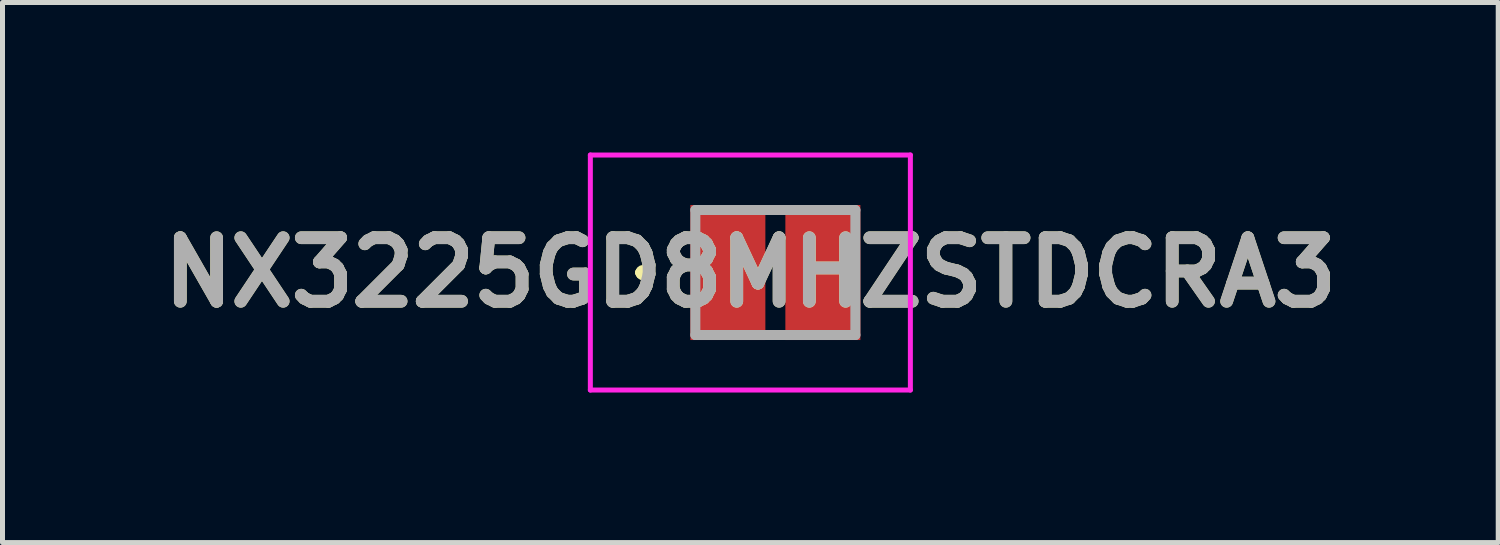
<source format=kicad_pcb>
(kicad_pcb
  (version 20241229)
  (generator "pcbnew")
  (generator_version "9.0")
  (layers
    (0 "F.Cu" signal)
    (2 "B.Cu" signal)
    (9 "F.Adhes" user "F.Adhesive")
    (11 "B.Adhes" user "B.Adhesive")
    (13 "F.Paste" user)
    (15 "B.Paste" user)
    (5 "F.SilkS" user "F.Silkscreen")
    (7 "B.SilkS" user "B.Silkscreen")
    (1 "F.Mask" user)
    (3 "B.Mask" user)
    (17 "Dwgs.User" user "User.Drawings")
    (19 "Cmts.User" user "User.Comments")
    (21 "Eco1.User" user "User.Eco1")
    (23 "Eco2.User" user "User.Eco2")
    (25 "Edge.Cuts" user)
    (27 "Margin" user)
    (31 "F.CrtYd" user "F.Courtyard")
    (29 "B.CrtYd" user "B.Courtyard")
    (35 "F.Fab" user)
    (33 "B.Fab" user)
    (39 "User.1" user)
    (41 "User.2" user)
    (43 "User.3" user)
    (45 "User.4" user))
  (footprint "NX3225GD8MHZSTDCRA3"
    (layer "F.Cu")
    (at 12.456 2.4)
    (property "Reference" "NX3225GD8MHZSTDCRA3" (at -0.5 0 0) (layer "F.SilkS") (effects (font (size 1.27 1.27) (thickness 0.254))))
    (attr smd)
    (fp_line (start -2.7 0) (end -2.7 0) (stroke (width 0.2) (type solid)) (layer "F.SilkS"))
    (fp_line (start -2.7 0) (end -2.7 0) (stroke (width 0.2) (type solid)) (layer "F.SilkS"))
    (fp_line (start -2.6 0) (end -2.6 0) (stroke (width 0.2) (type solid)) (layer "F.SilkS"))
    (fp_arc (start -2.7 0) (mid -2.65 -0.05) (end -2.6 0) (stroke (width 0.2) (type solid)) (layer "F.SilkS"))
    (fp_arc (start -2.6 0) (mid -2.65 0.05) (end -2.7 0) (stroke (width 0.2) (type solid)) (layer "F.SilkS"))
    (fp_arc (start -2.6 0) (mid -2.65 0.05) (end -2.7 0) (stroke (width 0.2) (type solid)) (layer "F.SilkS"))
    (fp_line (start -3.7 -2.35) (end 2.7 -2.35) (stroke (width 0.1) (type solid)) (layer "F.CrtYd"))
    (fp_line (start -3.7 2.35) (end -3.7 -2.35) (stroke (width 0.1) (type solid)) (layer "F.CrtYd"))
    (fp_line (start 2.7 -2.35) (end 2.7 2.35) (stroke (width 0.1) (type solid)) (layer "F.CrtYd"))
    (fp_line (start 2.7 2.35) (end -3.7 2.35) (stroke (width 0.1) (type solid)) (layer "F.CrtYd"))
    (fp_line (start -1.6 -1.25) (end -1.6 1.25) (stroke (width 0.2) (type solid)) (layer "F.Fab"))
    (fp_line (start -1.6 1.25) (end 1.6 1.25) (stroke (width 0.2) (type solid)) (layer "F.Fab"))
    (fp_line (start 1.6 -1.25) (end -1.6 -1.25) (stroke (width 0.2) (type solid)) (layer "F.Fab"))
    (fp_line (start 1.6 1.25) (end 1.6 -1.25) (stroke (width 0.2) (type solid)) (layer "F.Fab"))
    (fp_text user "${REFERENCE}" (at -0.5 0 0) (layer "F.Fab") (effects (font (size 1.27 1.27) (thickness 0.254))))
    (pad "1" smd rect (at -0.95 0) (size 1.5 2.7) (layers "F.Cu" "F.Mask" "F.Paste"))
    (pad "2" smd rect (at 0.95 0) (size 1.5 2.7) (layers "F.Cu" "F.Mask" "F.Paste")))
  (gr_rect
    (start -3 -3)
    (end 26.912 7.8)
    (stroke (width 0.1) (type default))
    (fill no)
    (layer "Edge.Cuts")))
</source>
